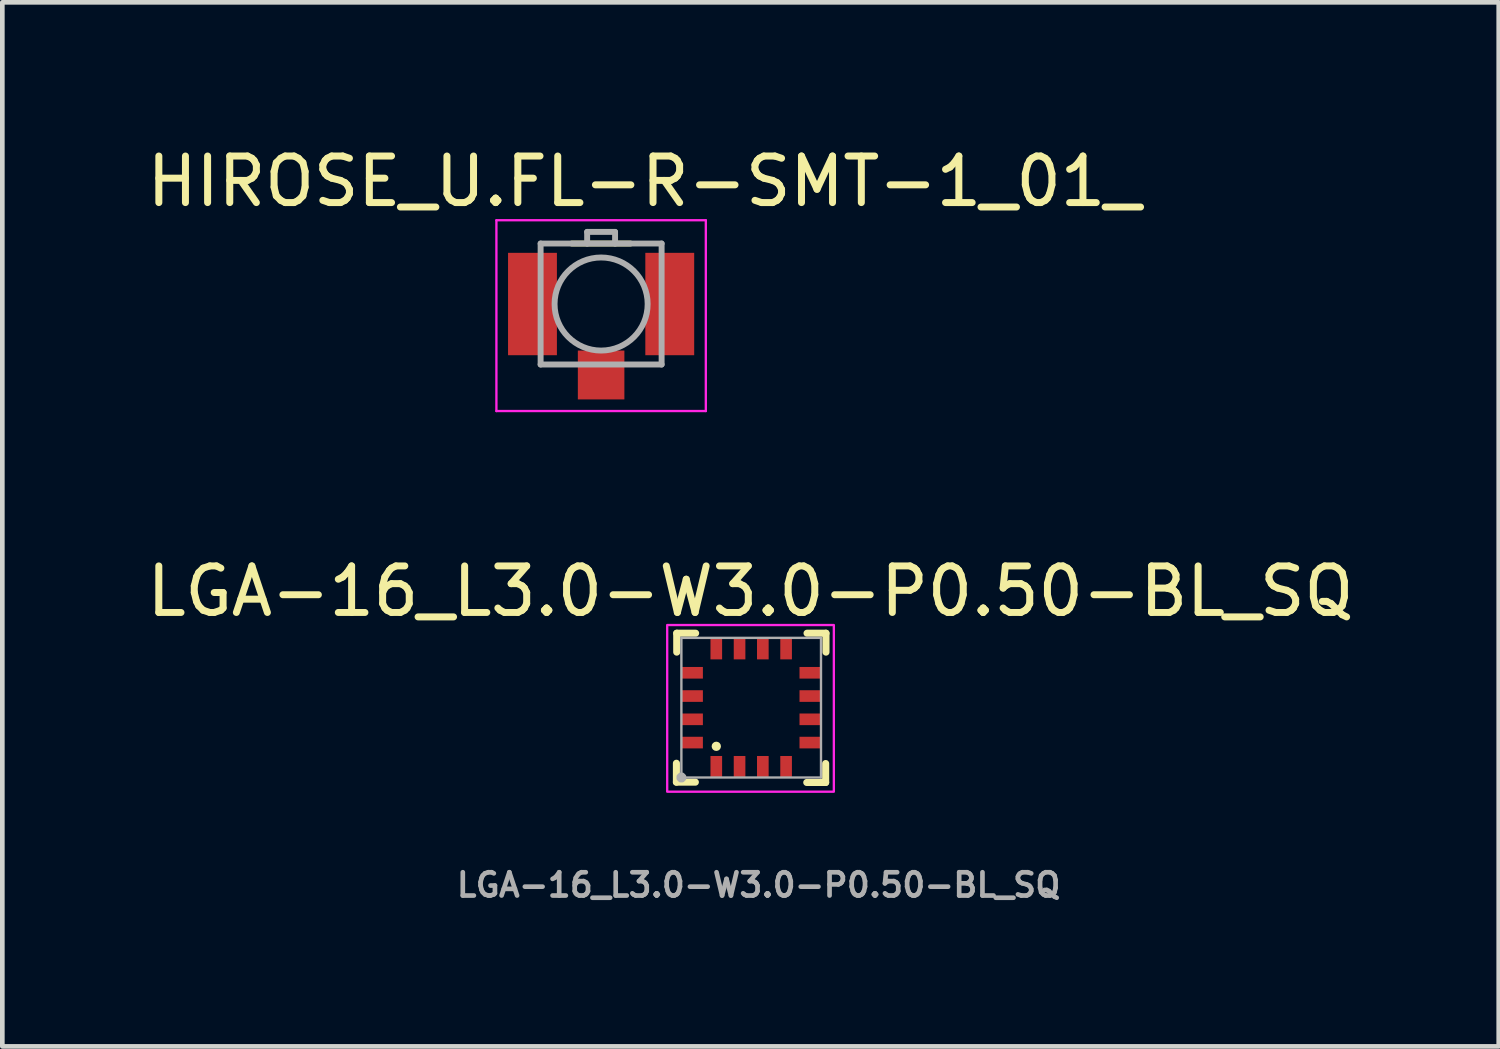
<source format=kicad_pcb>
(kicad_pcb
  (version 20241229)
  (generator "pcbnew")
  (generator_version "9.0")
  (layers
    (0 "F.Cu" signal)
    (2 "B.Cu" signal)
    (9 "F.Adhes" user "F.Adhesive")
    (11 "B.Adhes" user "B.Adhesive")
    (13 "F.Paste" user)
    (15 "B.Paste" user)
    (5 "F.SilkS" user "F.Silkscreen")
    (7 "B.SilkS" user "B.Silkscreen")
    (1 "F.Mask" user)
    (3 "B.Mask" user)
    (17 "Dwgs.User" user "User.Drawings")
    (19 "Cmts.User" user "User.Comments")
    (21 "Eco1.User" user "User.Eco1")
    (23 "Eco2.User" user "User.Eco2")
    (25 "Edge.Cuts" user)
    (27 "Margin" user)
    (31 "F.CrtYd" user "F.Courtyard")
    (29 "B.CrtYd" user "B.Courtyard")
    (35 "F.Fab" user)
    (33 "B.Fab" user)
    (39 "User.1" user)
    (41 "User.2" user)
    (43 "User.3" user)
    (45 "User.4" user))
  (footprint "LGA-16_L3.0-W3.0-P0.50-BL_SQ"
    (layer "F.Cu")
    (at 13.092 12.157)
    (property "Reference" "LGA-16_L3.0-W3.0-P0.50-BL_SQ" (at -0.015 -2.501 0) (layer "F.SilkS") (effects (font (size 1 1) (thickness 0.15))))
    (fp_line (start -1.607 1.6) (end -1.607 1.194) (stroke (width 0.152) (type default)) (layer "F.SilkS"))
    (fp_line (start -1.6 -1.6) (end -1.194 -1.6) (stroke (width 0.152) (type default)) (layer "F.SilkS"))
    (fp_line (start -1.6 -1.194) (end -1.6 -1.6) (stroke (width 0.152) (type default)) (layer "F.SilkS"))
    (fp_line (start -1.2 1.6) (end -1.607 1.6) (stroke (width 0.152) (type default)) (layer "F.SilkS"))
    (fp_line (start 1.2 -1.6) (end 1.607 -1.6) (stroke (width 0.152) (type default)) (layer "F.SilkS"))
    (fp_line (start 1.6 1.2) (end 1.6 1.607) (stroke (width 0.152) (type default)) (layer "F.SilkS"))
    (fp_line (start 1.6 1.607) (end 1.194 1.607) (stroke (width 0.152) (type default)) (layer "F.SilkS"))
    (fp_line (start 1.607 -1.6) (end 1.607 -1.194) (stroke (width 0.152) (type default)) (layer "F.SilkS"))
    (fp_circle (center -0.75 0.83) (end -0.72 0.87) (stroke (width 0.1) (type default)) (fill no) (layer "F.SilkS"))
    (fp_rect (start -1.805 -1.776) (end 1.776 1.805) (stroke (width 0.05) (type default)) (fill no) (layer "F.CrtYd"))
    (fp_line (start -1.5 -1.5) (end 1.5 -1.5) (stroke (width 0.051) (type default)) (layer "F.Fab"))
    (fp_line (start -1.5 1.5) (end -1.5 -1.5) (stroke (width 0.051) (type default)) (layer "F.Fab"))
    (fp_line (start 1.5 -1.5) (end 1.5 1.5) (stroke (width 0.051) (type default)) (layer "F.Fab"))
    (fp_line (start 1.5 1.5) (end -1.5 1.5) (stroke (width 0.051) (type default)) (layer "F.Fab"))
    (fp_poly (pts (xy -1.445 1.477) (xy -1.477 1.445) (xy -1.523 1.445) (xy -1.555 1.477) (xy -1.555 1.523) (xy -1.523 1.555) (xy -1.477 1.555) (xy -1.445 1.523)) (stroke (width 0.1) (type default)) (fill no) (layer "F.Fab"))
    (fp_poly (pts (xy -1.101 -0.875) (xy -1.101 -0.625) (xy -1.425 -0.625) (xy -1.425 -0.875)) (stroke (width 0.1) (type default)) (fill no) (layer "User.1"))
    (fp_poly (pts (xy -1.101 -0.375) (xy -1.101 -0.125) (xy -1.425 -0.125) (xy -1.425 -0.375)) (stroke (width 0.1) (type default)) (fill no) (layer "User.1"))
    (fp_poly (pts (xy -1.101 0.125) (xy -1.101 0.375) (xy -1.425 0.375) (xy -1.425 0.125)) (stroke (width 0.1) (type default)) (fill no) (layer "User.1"))
    (fp_poly (pts (xy -1.101 0.625) (xy -1.101 0.875) (xy -1.425 0.875) (xy -1.425 0.625)) (stroke (width 0.1) (type default)) (fill no) (layer "User.1"))
    (fp_poly (pts (xy -0.625 -1.101) (xy -0.875 -1.101) (xy -0.875 -1.425) (xy -0.625 -1.425)) (stroke (width 0.1) (type default)) (fill no) (layer "User.1"))
    (fp_poly (pts (xy -0.625 1.425) (xy -0.875 1.425) (xy -0.875 1.101) (xy -0.625 1.101)) (stroke (width 0.1) (type default)) (fill no) (layer "User.1"))
    (fp_poly (pts (xy -0.125 -1.101) (xy -0.375 -1.101) (xy -0.375 -1.425) (xy -0.125 -1.425)) (stroke (width 0.1) (type default)) (fill no) (layer "User.1"))
    (fp_poly (pts (xy -0.125 1.425) (xy -0.375 1.425) (xy -0.375 1.101) (xy -0.125 1.101)) (stroke (width 0.1) (type default)) (fill no) (layer "User.1"))
    (fp_poly (pts (xy 0.375 -1.101) (xy 0.125 -1.101) (xy 0.125 -1.425) (xy 0.375 -1.425)) (stroke (width 0.1) (type default)) (fill no) (layer "User.1"))
    (fp_poly (pts (xy 0.375 1.425) (xy 0.125 1.425) (xy 0.125 1.101) (xy 0.375 1.101)) (stroke (width 0.1) (type default)) (fill no) (layer "User.1"))
    (fp_poly (pts (xy 0.875 -1.101) (xy 0.625 -1.101) (xy 0.625 -1.425) (xy 0.875 -1.425)) (stroke (width 0.1) (type default)) (fill no) (layer "User.1"))
    (fp_poly (pts (xy 0.875 1.425) (xy 0.625 1.425) (xy 0.625 1.101) (xy 0.875 1.101)) (stroke (width 0.1) (type default)) (fill no) (layer "User.1"))
    (fp_poly (pts (xy 1.425 -0.875) (xy 1.425 -0.625) (xy 1.101 -0.625) (xy 1.101 -0.875)) (stroke (width 0.1) (type default)) (fill no) (layer "User.1"))
    (fp_poly (pts (xy 1.425 -0.375) (xy 1.425 -0.125) (xy 1.101 -0.125) (xy 1.101 -0.375)) (stroke (width 0.1) (type default)) (fill no) (layer "User.1"))
    (fp_poly (pts (xy 1.425 0.125) (xy 1.425 0.375) (xy 1.101 0.375) (xy 1.101 0.125)) (stroke (width 0.1) (type default)) (fill no) (layer "User.1"))
    (fp_poly (pts (xy 1.425 0.625) (xy 1.425 0.875) (xy 1.101 0.875) (xy 1.101 0.625)) (stroke (width 0.1) (type default)) (fill no) (layer "User.1"))
    (fp_text user "${REFERENCE}" (at 0.16 3.81 0) (layer "F.Fab") (effects (font (size 0.5 0.5) (thickness 0.1))))
    (pad "1" smd rect (at -0.75 1.263 180) (size 0.25 0.45) (layers "F.Cu" "F.Mask" "F.Paste"))
    (pad "2" smd rect (at -0.25 1.263 180) (size 0.25 0.45) (layers "F.Cu" "F.Mask" "F.Paste"))
    (pad "3" smd rect (at 0.25 1.263 180) (size 0.25 0.45) (layers "F.Cu" "F.Mask" "F.Paste"))
    (pad "4" smd rect (at 0.75 1.263 180) (size 0.25 0.45) (layers "F.Cu" "F.Mask" "F.Paste"))
    (pad "5" smd rect (at 1.263 0.75 90) (size 0.25 0.45) (layers "F.Cu" "F.Mask" "F.Paste"))
    (pad "6" smd rect (at 1.263 0.25 90) (size 0.25 0.45) (layers "F.Cu" "F.Mask" "F.Paste"))
    (pad "7" smd rect (at 1.263 -0.25 90) (size 0.25 0.45) (layers "F.Cu" "F.Mask" "F.Paste"))
    (pad "8" smd rect (at 1.263 -0.75 90) (size 0.25 0.45) (layers "F.Cu" "F.Mask" "F.Paste"))
    (pad "9" smd rect (at 0.75 -1.263 180) (size 0.25 0.45) (layers "F.Cu" "F.Mask" "F.Paste"))
    (pad "10" smd rect (at 0.25 -1.263 180) (size 0.25 0.45) (layers "F.Cu" "F.Mask" "F.Paste"))
    (pad "11" smd rect (at -0.25 -1.263 180) (size 0.25 0.45) (layers "F.Cu" "F.Mask" "F.Paste"))
    (pad "12" smd rect (at -0.75 -1.263 180) (size 0.25 0.45) (layers "F.Cu" "F.Mask" "F.Paste"))
    (pad "13" smd rect (at -1.263 -0.75 90) (size 0.25 0.45) (layers "F.Cu" "F.Mask" "F.Paste"))
    (pad "14" smd rect (at -1.263 -0.25 90) (size 0.25 0.45) (layers "F.Cu" "F.Mask" "F.Paste"))
    (pad "15" smd rect (at -1.263 0.25 90) (size 0.25 0.45) (layers "F.Cu" "F.Mask" "F.Paste"))
    (pad "16" smd rect (at -1.263 0.75 90) (size 0.25 0.45) (layers "F.Cu" "F.Mask" "F.Paste")))
  (footprint "HIROSE_U.FL-R-SMT-1_01_"
    (layer "F.Cu")
    (at 9.867 3.483)
    (property "Reference" "HIROSE_U.FL-R-SMT-1_01_" (at 0.925 -2.635 0) (layer "F.SilkS") (effects (font (size 1 1) (thickness 0.15))))
    (attr smd)
    (fp_line (start -0.63 -1.3) (end 0.63 -1.3) (stroke (width 0.127) (type solid)) (layer "F.SilkS"))
    (fp_poly (pts (xy -1.95 -1) (xy -1.05 -1) (xy -1.05 1) (xy -1.95 1)) (stroke (width 0.01) (type solid)) (fill yes) (layer "F.Paste"))
    (fp_poly (pts (xy -0.4 1.1) (xy 0.4 1.1) (xy 0.4 1.95) (xy -0.4 1.95)) (stroke (width 0.01) (type solid)) (fill yes) (layer "F.Paste"))
    (fp_poly (pts (xy 1.05 -1) (xy 1.95 -1) (xy 1.95 1) (xy 1.05 1)) (stroke (width 0.01) (type solid)) (fill yes) (layer "F.Paste"))
    (fp_line (start -2.25 -1.8) (end 2.25 -1.8) (stroke (width 0.05) (type solid)) (layer "F.CrtYd"))
    (fp_line (start -2.25 2.3) (end -2.25 -1.8) (stroke (width 0.05) (type solid)) (layer "F.CrtYd"))
    (fp_line (start 2.25 -1.8) (end 2.25 2.3) (stroke (width 0.05) (type solid)) (layer "F.CrtYd"))
    (fp_line (start 2.25 2.3) (end -2.25 2.3) (stroke (width 0.05) (type solid)) (layer "F.CrtYd"))
    (fp_line (start -1.3 -1.3) (end -0.3 -1.3) (stroke (width 0.127) (type solid)) (layer "F.Fab"))
    (fp_line (start -1.3 1.3) (end -1.3 -1.3) (stroke (width 0.127) (type solid)) (layer "F.Fab"))
    (fp_line (start -0.3 -1.55) (end 0.3 -1.55) (stroke (width 0.127) (type solid)) (layer "F.Fab"))
    (fp_line (start -0.3 -1.3) (end -0.3 -1.55) (stroke (width 0.127) (type solid)) (layer "F.Fab"))
    (fp_line (start -0.3 -1.3) (end 0.3 -1.3) (stroke (width 0.127) (type solid)) (layer "F.Fab"))
    (fp_line (start 0.3 -1.55) (end 0.3 -1.3) (stroke (width 0.127) (type solid)) (layer "F.Fab"))
    (fp_line (start 0.3 -1.3) (end 1.3 -1.3) (stroke (width 0.127) (type solid)) (layer "F.Fab"))
    (fp_line (start 1.3 -1.3) (end 1.3 1.3) (stroke (width 0.127) (type solid)) (layer "F.Fab"))
    (fp_line (start 1.3 1.3) (end -1.3 1.3) (stroke (width 0.127) (type solid)) (layer "F.Fab"))
    (fp_circle (center 0 0) (end 1 0) (stroke (width 0.127) (type solid)) (fill no) (layer "F.Fab"))
    (pad "G1" smd rect (at -1.475 0) (size 1.05 2.2) (layers "F.Cu" "F.Mask"))
    (pad "G2" smd rect (at 1.475 0) (size 1.05 2.2) (layers "F.Cu" "F.Mask"))
    (pad "SIG" smd rect (at 0 1.525) (size 1 1.05) (layers "F.Cu" "F.Mask"))
    (zone (net_name "") (layer "F.Cu") (hatch full 0.508) (connect_pads) (min_thickness 0.01) (filled_areas_thickness no) (keepout (tracks not_allowed) (vias not_allowed) (pads not_allowed) (copperpour not_allowed) (footprints allowed)) (placement (enabled no)) (fill) (polygon (pts (xy 8.917 2.383) (xy 8.917 4.583) (xy 9.367 4.583) (xy 9.367 4.483) (xy 10.367 4.483) (xy 10.367 4.583) (xy 10.817 4.583) (xy 10.817 2.383))))
    (zone (net_name "") (layers "F.Cu" "B.Cu") (hatch full 0.508) (connect_pads) (min_thickness 0.01) (filled_areas_thickness no) (keepout (tracks allowed) (vias not_allowed) (pads allowed) (copperpour allowed) (footprints allowed)) (placement (enabled no)) (fill) (polygon (pts (xy 8.917 2.383) (xy 8.917 4.583) (xy 9.367 4.583) (xy 9.367 4.483) (xy 10.367 4.483) (xy 10.367 4.583) (xy 10.817 4.583) (xy 10.817 2.383)))))
  (gr_rect
    (start -3 -3)
    (end 29.155 19.435)
    (stroke (width 0.1) (type default))
    (fill no)
    (layer "Edge.Cuts")))
</source>
